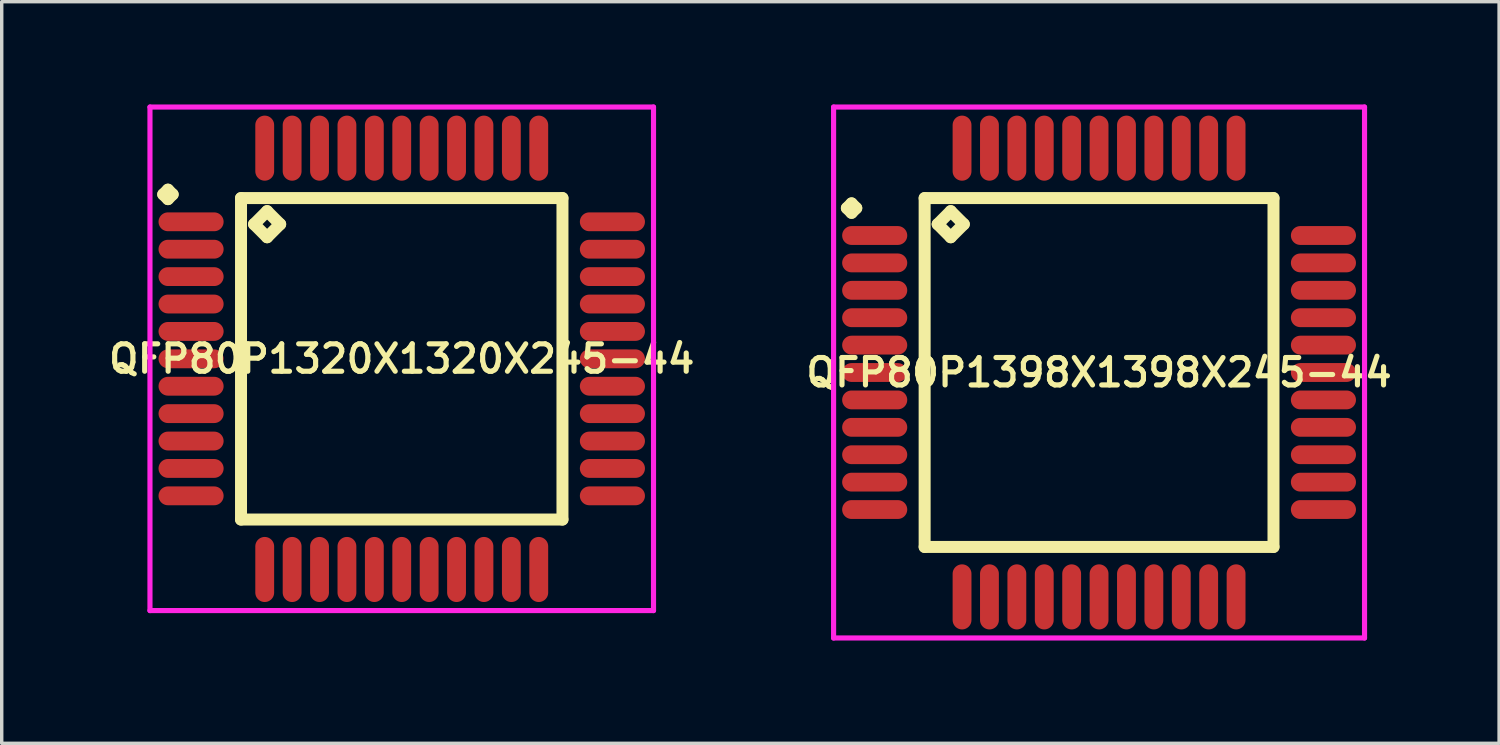
<source format=kicad_pcb>
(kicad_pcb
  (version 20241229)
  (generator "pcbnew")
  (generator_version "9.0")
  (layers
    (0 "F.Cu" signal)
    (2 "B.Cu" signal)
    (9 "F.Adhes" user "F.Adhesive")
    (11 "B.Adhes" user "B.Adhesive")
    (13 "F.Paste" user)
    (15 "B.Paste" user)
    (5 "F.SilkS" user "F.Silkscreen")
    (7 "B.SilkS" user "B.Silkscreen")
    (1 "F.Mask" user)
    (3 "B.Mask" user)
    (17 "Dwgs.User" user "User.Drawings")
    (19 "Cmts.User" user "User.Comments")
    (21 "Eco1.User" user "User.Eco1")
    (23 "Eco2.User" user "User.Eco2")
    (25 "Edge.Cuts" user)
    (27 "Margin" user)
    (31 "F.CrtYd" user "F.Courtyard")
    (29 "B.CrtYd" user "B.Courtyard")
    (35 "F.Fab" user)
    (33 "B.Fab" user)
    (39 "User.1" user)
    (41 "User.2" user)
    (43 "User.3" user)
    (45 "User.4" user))
  (footprint "QFP80P1320X1320X245-44"
    (layer "F.Cu")
    (at 8.678 7.425)
    (property "Reference" "QFP80P1320X1320X245-44" (at 0 0 0) (layer "F.SilkS") (effects (font (size 0.8 0.8) (thickness 0.15))))
    (attr smd)
    (fp_line (start -6.963 -4.8) (end -6.825 -4.938) (stroke (width 0.35) (type solid)) (layer "F.SilkS"))
    (fp_line (start -6.825 -4.938) (end -6.688 -4.8) (stroke (width 0.35) (type solid)) (layer "F.SilkS"))
    (fp_line (start -6.825 -4.662) (end -6.963 -4.8) (stroke (width 0.35) (type solid)) (layer "F.SilkS"))
    (fp_line (start -6.688 -4.8) (end -6.825 -4.662) (stroke (width 0.35) (type solid)) (layer "F.SilkS"))
    (fp_line (start -4.692 -4.692) (end -4.692 4.692) (stroke (width 0.35) (type solid)) (layer "F.SilkS"))
    (fp_line (start -4.692 4.692) (end 4.692 4.692) (stroke (width 0.35) (type solid)) (layer "F.SilkS"))
    (fp_line (start -4.311 -3.93) (end -3.93 -4.311) (stroke (width 0.35) (type solid)) (layer "F.SilkS"))
    (fp_line (start -3.93 -4.311) (end -3.549 -3.93) (stroke (width 0.35) (type solid)) (layer "F.SilkS"))
    (fp_line (start -3.93 -3.549) (end -4.311 -3.93) (stroke (width 0.35) (type solid)) (layer "F.SilkS"))
    (fp_line (start -3.549 -3.93) (end -3.93 -3.549) (stroke (width 0.35) (type solid)) (layer "F.SilkS"))
    (fp_line (start 4.692 -4.692) (end -4.692 -4.692) (stroke (width 0.35) (type solid)) (layer "F.SilkS"))
    (fp_line (start 4.692 4.692) (end 4.692 -4.692) (stroke (width 0.35) (type solid)) (layer "F.SilkS"))
    (fp_line (start -7.35 -7.35) (end 7.35 -7.35) (stroke (width 0.15) (type solid)) (layer "F.CrtYd"))
    (fp_line (start -7.35 7.35) (end -7.35 -7.35) (stroke (width 0.15) (type solid)) (layer "F.CrtYd"))
    (fp_line (start 7.35 -7.35) (end 7.35 7.35) (stroke (width 0.15) (type solid)) (layer "F.CrtYd"))
    (fp_line (start 7.35 7.35) (end -7.35 7.35) (stroke (width 0.15) (type solid)) (layer "F.CrtYd"))
    (pad "1" smd oval (at -6.15 -4) (size 1.9 0.55) (layers "F.Cu" "F.Mask" "F.Paste"))
    (pad "2" smd oval (at -6.15 -3.2) (size 1.9 0.55) (layers "F.Cu" "F.Mask" "F.Paste"))
    (pad "3" smd oval (at -6.15 -2.4) (size 1.9 0.55) (layers "F.Cu" "F.Mask" "F.Paste"))
    (pad "4" smd oval (at -6.15 -1.6) (size 1.9 0.55) (layers "F.Cu" "F.Mask" "F.Paste"))
    (pad "5" smd oval (at -6.15 -0.8) (size 1.9 0.55) (layers "F.Cu" "F.Mask" "F.Paste"))
    (pad "6" smd oval (at -6.15 0) (size 1.9 0.55) (layers "F.Cu" "F.Mask" "F.Paste"))
    (pad "7" smd oval (at -6.15 0.8) (size 1.9 0.55) (layers "F.Cu" "F.Mask" "F.Paste"))
    (pad "8" smd oval (at -6.15 1.6) (size 1.9 0.55) (layers "F.Cu" "F.Mask" "F.Paste"))
    (pad "9" smd oval (at -6.15 2.4) (size 1.9 0.55) (layers "F.Cu" "F.Mask" "F.Paste"))
    (pad "10" smd oval (at -6.15 3.2) (size 1.9 0.55) (layers "F.Cu" "F.Mask" "F.Paste"))
    (pad "11" smd oval (at -6.15 4) (size 1.9 0.55) (layers "F.Cu" "F.Mask" "F.Paste"))
    (pad "12" smd oval (at -4 6.15) (size 0.55 1.9) (layers "F.Cu" "F.Mask" "F.Paste"))
    (pad "13" smd oval (at -3.2 6.15) (size 0.55 1.9) (layers "F.Cu" "F.Mask" "F.Paste"))
    (pad "14" smd oval (at -2.4 6.15) (size 0.55 1.9) (layers "F.Cu" "F.Mask" "F.Paste"))
    (pad "15" smd oval (at -1.6 6.15) (size 0.55 1.9) (layers "F.Cu" "F.Mask" "F.Paste"))
    (pad "16" smd oval (at -0.8 6.15) (size 0.55 1.9) (layers "F.Cu" "F.Mask" "F.Paste"))
    (pad "17" smd oval (at 0 6.15) (size 0.55 1.9) (layers "F.Cu" "F.Mask" "F.Paste"))
    (pad "18" smd oval (at 0.8 6.15) (size 0.55 1.9) (layers "F.Cu" "F.Mask" "F.Paste"))
    (pad "19" smd oval (at 1.6 6.15) (size 0.55 1.9) (layers "F.Cu" "F.Mask" "F.Paste"))
    (pad "20" smd oval (at 2.4 6.15) (size 0.55 1.9) (layers "F.Cu" "F.Mask" "F.Paste"))
    (pad "21" smd oval (at 3.2 6.15) (size 0.55 1.9) (layers "F.Cu" "F.Mask" "F.Paste"))
    (pad "22" smd oval (at 4 6.15) (size 0.55 1.9) (layers "F.Cu" "F.Mask" "F.Paste"))
    (pad "23" smd oval (at 6.15 4) (size 1.9 0.55) (layers "F.Cu" "F.Mask" "F.Paste"))
    (pad "24" smd oval (at 6.15 3.2) (size 1.9 0.55) (layers "F.Cu" "F.Mask" "F.Paste"))
    (pad "25" smd oval (at 6.15 2.4) (size 1.9 0.55) (layers "F.Cu" "F.Mask" "F.Paste"))
    (pad "26" smd oval (at 6.15 1.6) (size 1.9 0.55) (layers "F.Cu" "F.Mask" "F.Paste"))
    (pad "27" smd oval (at 6.15 0.8) (size 1.9 0.55) (layers "F.Cu" "F.Mask" "F.Paste"))
    (pad "28" smd oval (at 6.15 0) (size 1.9 0.55) (layers "F.Cu" "F.Mask" "F.Paste"))
    (pad "29" smd oval (at 6.15 -0.8) (size 1.9 0.55) (layers "F.Cu" "F.Mask" "F.Paste"))
    (pad "30" smd oval (at 6.15 -1.6) (size 1.9 0.55) (layers "F.Cu" "F.Mask" "F.Paste"))
    (pad "31" smd oval (at 6.15 -2.4) (size 1.9 0.55) (layers "F.Cu" "F.Mask" "F.Paste"))
    (pad "32" smd oval (at 6.15 -3.2) (size 1.9 0.55) (layers "F.Cu" "F.Mask" "F.Paste"))
    (pad "33" smd oval (at 6.15 -4) (size 1.9 0.55) (layers "F.Cu" "F.Mask" "F.Paste"))
    (pad "34" smd oval (at 4 -6.15) (size 0.55 1.9) (layers "F.Cu" "F.Mask" "F.Paste"))
    (pad "35" smd oval (at 3.2 -6.15) (size 0.55 1.9) (layers "F.Cu" "F.Mask" "F.Paste"))
    (pad "36" smd oval (at 2.4 -6.15) (size 0.55 1.9) (layers "F.Cu" "F.Mask" "F.Paste"))
    (pad "37" smd oval (at 1.6 -6.15) (size 0.55 1.9) (layers "F.Cu" "F.Mask" "F.Paste"))
    (pad "38" smd oval (at 0.8 -6.15) (size 0.55 1.9) (layers "F.Cu" "F.Mask" "F.Paste"))
    (pad "39" smd oval (at 0 -6.15) (size 0.55 1.9) (layers "F.Cu" "F.Mask" "F.Paste"))
    (pad "40" smd oval (at -0.8 -6.15) (size 0.55 1.9) (layers "F.Cu" "F.Mask" "F.Paste"))
    (pad "41" smd oval (at -1.6 -6.15) (size 0.55 1.9) (layers "F.Cu" "F.Mask" "F.Paste"))
    (pad "42" smd oval (at -2.4 -6.15) (size 0.55 1.9) (layers "F.Cu" "F.Mask" "F.Paste"))
    (pad "43" smd oval (at -3.2 -6.15) (size 0.55 1.9) (layers "F.Cu" "F.Mask" "F.Paste"))
    (pad "44" smd oval (at -4 -6.15) (size 0.55 1.9) (layers "F.Cu" "F.Mask" "F.Paste")))
  (footprint "QFP80P1398X1398X245-44"
    (layer "F.Cu")
    (at 29.035 7.825)
    (property "Reference" "QFP80P1398X1398X245-44" (at 0 0 0) (layer "F.SilkS") (effects (font (size 0.8 0.8) (thickness 0.15))))
    (attr smd)
    (fp_line (start -7.362 -4.8) (end -7.225 -4.938) (stroke (width 0.35) (type solid)) (layer "F.SilkS"))
    (fp_line (start -7.225 -4.938) (end -7.088 -4.8) (stroke (width 0.35) (type solid)) (layer "F.SilkS"))
    (fp_line (start -7.225 -4.662) (end -7.362 -4.8) (stroke (width 0.35) (type solid)) (layer "F.SilkS"))
    (fp_line (start -7.088 -4.8) (end -7.225 -4.662) (stroke (width 0.35) (type solid)) (layer "F.SilkS"))
    (fp_line (start -5.092 -5.092) (end -5.092 5.092) (stroke (width 0.35) (type solid)) (layer "F.SilkS"))
    (fp_line (start -5.092 5.092) (end 5.092 5.092) (stroke (width 0.35) (type solid)) (layer "F.SilkS"))
    (fp_line (start -4.711 -4.33) (end -4.33 -4.711) (stroke (width 0.35) (type solid)) (layer "F.SilkS"))
    (fp_line (start -4.33 -4.711) (end -3.949 -4.33) (stroke (width 0.35) (type solid)) (layer "F.SilkS"))
    (fp_line (start -4.33 -3.949) (end -4.711 -4.33) (stroke (width 0.35) (type solid)) (layer "F.SilkS"))
    (fp_line (start -3.949 -4.33) (end -4.33 -3.949) (stroke (width 0.35) (type solid)) (layer "F.SilkS"))
    (fp_line (start 5.092 -5.092) (end -5.092 -5.092) (stroke (width 0.35) (type solid)) (layer "F.SilkS"))
    (fp_line (start 5.092 5.092) (end 5.092 -5.092) (stroke (width 0.35) (type solid)) (layer "F.SilkS"))
    (fp_line (start -7.75 -7.75) (end 7.75 -7.75) (stroke (width 0.15) (type solid)) (layer "F.CrtYd"))
    (fp_line (start -7.75 7.75) (end -7.75 -7.75) (stroke (width 0.15) (type solid)) (layer "F.CrtYd"))
    (fp_line (start 7.75 -7.75) (end 7.75 7.75) (stroke (width 0.15) (type solid)) (layer "F.CrtYd"))
    (fp_line (start 7.75 7.75) (end -7.75 7.75) (stroke (width 0.15) (type solid)) (layer "F.CrtYd"))
    (pad "1" smd oval (at -6.55 -4) (size 1.9 0.55) (layers "F.Cu" "F.Mask" "F.Paste"))
    (pad "2" smd oval (at -6.55 -3.2) (size 1.9 0.55) (layers "F.Cu" "F.Mask" "F.Paste"))
    (pad "3" smd oval (at -6.55 -2.4) (size 1.9 0.55) (layers "F.Cu" "F.Mask" "F.Paste"))
    (pad "4" smd oval (at -6.55 -1.6) (size 1.9 0.55) (layers "F.Cu" "F.Mask" "F.Paste"))
    (pad "5" smd oval (at -6.55 -0.8) (size 1.9 0.55) (layers "F.Cu" "F.Mask" "F.Paste"))
    (pad "6" smd oval (at -6.55 0) (size 1.9 0.55) (layers "F.Cu" "F.Mask" "F.Paste"))
    (pad "7" smd oval (at -6.55 0.8) (size 1.9 0.55) (layers "F.Cu" "F.Mask" "F.Paste"))
    (pad "8" smd oval (at -6.55 1.6) (size 1.9 0.55) (layers "F.Cu" "F.Mask" "F.Paste"))
    (pad "9" smd oval (at -6.55 2.4) (size 1.9 0.55) (layers "F.Cu" "F.Mask" "F.Paste"))
    (pad "10" smd oval (at -6.55 3.2) (size 1.9 0.55) (layers "F.Cu" "F.Mask" "F.Paste"))
    (pad "11" smd oval (at -6.55 4) (size 1.9 0.55) (layers "F.Cu" "F.Mask" "F.Paste"))
    (pad "12" smd oval (at -4 6.55) (size 0.55 1.9) (layers "F.Cu" "F.Mask" "F.Paste"))
    (pad "13" smd oval (at -3.2 6.55) (size 0.55 1.9) (layers "F.Cu" "F.Mask" "F.Paste"))
    (pad "14" smd oval (at -2.4 6.55) (size 0.55 1.9) (layers "F.Cu" "F.Mask" "F.Paste"))
    (pad "15" smd oval (at -1.6 6.55) (size 0.55 1.9) (layers "F.Cu" "F.Mask" "F.Paste"))
    (pad "16" smd oval (at -0.8 6.55) (size 0.55 1.9) (layers "F.Cu" "F.Mask" "F.Paste"))
    (pad "17" smd oval (at 0 6.55) (size 0.55 1.9) (layers "F.Cu" "F.Mask" "F.Paste"))
    (pad "18" smd oval (at 0.8 6.55) (size 0.55 1.9) (layers "F.Cu" "F.Mask" "F.Paste"))
    (pad "19" smd oval (at 1.6 6.55) (size 0.55 1.9) (layers "F.Cu" "F.Mask" "F.Paste"))
    (pad "20" smd oval (at 2.4 6.55) (size 0.55 1.9) (layers "F.Cu" "F.Mask" "F.Paste"))
    (pad "21" smd oval (at 3.2 6.55) (size 0.55 1.9) (layers "F.Cu" "F.Mask" "F.Paste"))
    (pad "22" smd oval (at 4 6.55) (size 0.55 1.9) (layers "F.Cu" "F.Mask" "F.Paste"))
    (pad "23" smd oval (at 6.55 4) (size 1.9 0.55) (layers "F.Cu" "F.Mask" "F.Paste"))
    (pad "24" smd oval (at 6.55 3.2) (size 1.9 0.55) (layers "F.Cu" "F.Mask" "F.Paste"))
    (pad "25" smd oval (at 6.55 2.4) (size 1.9 0.55) (layers "F.Cu" "F.Mask" "F.Paste"))
    (pad "26" smd oval (at 6.55 1.6) (size 1.9 0.55) (layers "F.Cu" "F.Mask" "F.Paste"))
    (pad "27" smd oval (at 6.55 0.8) (size 1.9 0.55) (layers "F.Cu" "F.Mask" "F.Paste"))
    (pad "28" smd oval (at 6.55 0) (size 1.9 0.55) (layers "F.Cu" "F.Mask" "F.Paste"))
    (pad "29" smd oval (at 6.55 -0.8) (size 1.9 0.55) (layers "F.Cu" "F.Mask" "F.Paste"))
    (pad "30" smd oval (at 6.55 -1.6) (size 1.9 0.55) (layers "F.Cu" "F.Mask" "F.Paste"))
    (pad "31" smd oval (at 6.55 -2.4) (size 1.9 0.55) (layers "F.Cu" "F.Mask" "F.Paste"))
    (pad "32" smd oval (at 6.55 -3.2) (size 1.9 0.55) (layers "F.Cu" "F.Mask" "F.Paste"))
    (pad "33" smd oval (at 6.55 -4) (size 1.9 0.55) (layers "F.Cu" "F.Mask" "F.Paste"))
    (pad "34" smd oval (at 4 -6.55) (size 0.55 1.9) (layers "F.Cu" "F.Mask" "F.Paste"))
    (pad "35" smd oval (at 3.2 -6.55) (size 0.55 1.9) (layers "F.Cu" "F.Mask" "F.Paste"))
    (pad "36" smd oval (at 2.4 -6.55) (size 0.55 1.9) (layers "F.Cu" "F.Mask" "F.Paste"))
    (pad "37" smd oval (at 1.6 -6.55) (size 0.55 1.9) (layers "F.Cu" "F.Mask" "F.Paste"))
    (pad "38" smd oval (at 0.8 -6.55) (size 0.55 1.9) (layers "F.Cu" "F.Mask" "F.Paste"))
    (pad "39" smd oval (at 0 -6.55) (size 0.55 1.9) (layers "F.Cu" "F.Mask" "F.Paste"))
    (pad "40" smd oval (at -0.8 -6.55) (size 0.55 1.9) (layers "F.Cu" "F.Mask" "F.Paste"))
    (pad "41" smd oval (at -1.6 -6.55) (size 0.55 1.9) (layers "F.Cu" "F.Mask" "F.Paste"))
    (pad "42" smd oval (at -2.4 -6.55) (size 0.55 1.9) (layers "F.Cu" "F.Mask" "F.Paste"))
    (pad "43" smd oval (at -3.2 -6.55) (size 0.55 1.9) (layers "F.Cu" "F.Mask" "F.Paste"))
    (pad "44" smd oval (at -4 -6.55) (size 0.55 1.9) (layers "F.Cu" "F.Mask" "F.Paste")))
  (gr_rect
    (start -3 -3)
    (end 40.713 18.65)
    (stroke (width 0.1) (type default))
    (fill no)
    (layer "Edge.Cuts")))
</source>
